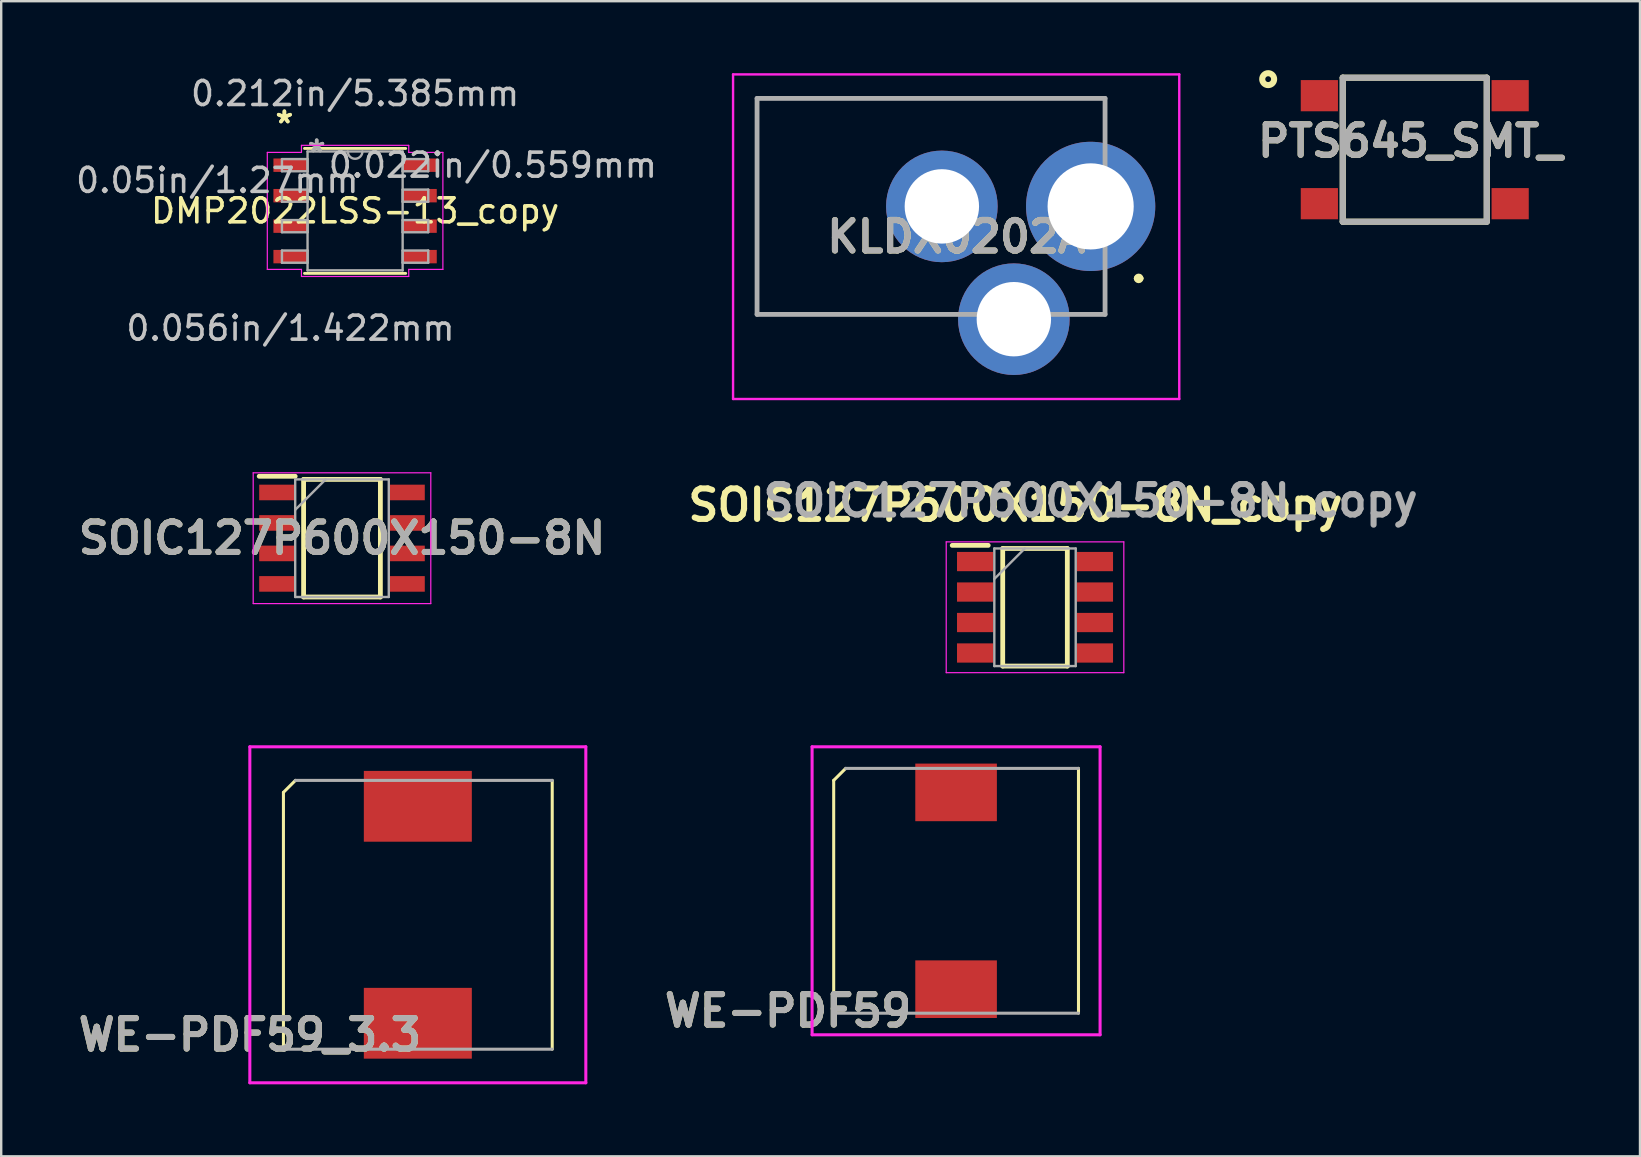
<source format=kicad_pcb>
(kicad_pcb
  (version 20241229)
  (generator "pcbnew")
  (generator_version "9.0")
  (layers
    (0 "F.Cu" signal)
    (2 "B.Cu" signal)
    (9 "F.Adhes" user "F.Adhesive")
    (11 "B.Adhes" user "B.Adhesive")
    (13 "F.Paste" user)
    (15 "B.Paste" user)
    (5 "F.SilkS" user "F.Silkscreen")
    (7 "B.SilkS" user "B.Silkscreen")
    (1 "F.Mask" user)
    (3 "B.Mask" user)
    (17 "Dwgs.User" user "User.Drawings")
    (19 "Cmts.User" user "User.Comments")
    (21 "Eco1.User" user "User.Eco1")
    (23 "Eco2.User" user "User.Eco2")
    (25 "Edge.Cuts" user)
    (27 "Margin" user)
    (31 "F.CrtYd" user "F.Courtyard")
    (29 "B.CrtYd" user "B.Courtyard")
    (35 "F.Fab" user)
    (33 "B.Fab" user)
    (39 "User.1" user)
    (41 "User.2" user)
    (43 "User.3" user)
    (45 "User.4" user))
  (footprint "SOIC127P600X150-8N_copy"
    (layer "F.Cu")
    (at 40.077 22.254)
    (property "Reference" "SOIC127P600X150-8N_copy" (at -0.815 -4.257 0) (layer "F.SilkS") (effects (font (size 1.27 1.27) (thickness 0.254))))
    (attr smd)
    (fp_line (start -3.45 -2.58) (end -1.95 -2.58) (stroke (width 0.2) (type solid)) (layer "F.SilkS"))
    (fp_line (start -1.346 -2.45) (end 1.346 -2.45) (stroke (width 0.2) (type solid)) (layer "F.SilkS"))
    (fp_line (start -1.346 2.45) (end -1.346 -2.45) (stroke (width 0.2) (type solid)) (layer "F.SilkS"))
    (fp_line (start 1.346 -2.45) (end 1.346 2.45) (stroke (width 0.2) (type solid)) (layer "F.SilkS"))
    (fp_line (start 1.346 2.45) (end -1.346 2.45) (stroke (width 0.2) (type solid)) (layer "F.SilkS"))
    (fp_line (start -3.7 -2.725) (end 3.7 -2.725) (stroke (width 0.05) (type solid)) (layer "F.CrtYd"))
    (fp_line (start -3.7 2.725) (end -3.7 -2.725) (stroke (width 0.05) (type solid)) (layer "F.CrtYd"))
    (fp_line (start 3.7 -2.725) (end 3.7 2.725) (stroke (width 0.05) (type solid)) (layer "F.CrtYd"))
    (fp_line (start 3.7 2.725) (end -3.7 2.725) (stroke (width 0.05) (type solid)) (layer "F.CrtYd"))
    (fp_line (start -1.696 -2.45) (end 1.696 -2.45) (stroke (width 0.1) (type solid)) (layer "F.Fab"))
    (fp_line (start -1.696 -1.18) (end -0.426 -2.45) (stroke (width 0.1) (type solid)) (layer "F.Fab"))
    (fp_line (start -1.696 2.45) (end -1.696 -2.45) (stroke (width 0.1) (type solid)) (layer "F.Fab"))
    (fp_line (start 1.696 -2.45) (end 1.696 2.45) (stroke (width 0.1) (type solid)) (layer "F.Fab"))
    (fp_line (start 1.696 2.45) (end -1.696 2.45) (stroke (width 0.1) (type solid)) (layer "F.Fab"))
    (fp_text user "${REFERENCE}" (at 2.314 -4.44 0) (layer "F.Fab") (effects (font (size 1.27 1.27) (thickness 0.254))))
    (pad "1" smd rect (at -2.498 -1.905 90) (size 0.802 1.505) (layers "F.Cu" "F.Mask" "F.Paste"))
    (pad "2" smd rect (at -2.498 -0.635 90) (size 0.802 1.505) (layers "F.Cu" "F.Mask" "F.Paste"))
    (pad "3" smd rect (at -2.498 0.635 90) (size 0.802 1.505) (layers "F.Cu" "F.Mask" "F.Paste"))
    (pad "4" smd rect (at -2.498 1.905 90) (size 0.802 1.505) (layers "F.Cu" "F.Mask" "F.Paste"))
    (pad "5" smd rect (at 2.498 1.905 90) (size 0.802 1.505) (layers "F.Cu" "F.Mask" "F.Paste"))
    (pad "6" smd rect (at 2.498 0.635 90) (size 0.802 1.505) (layers "F.Cu" "F.Mask" "F.Paste"))
    (pad "7" smd rect (at 2.498 -0.635 90) (size 0.802 1.505) (layers "F.Cu" "F.Mask" "F.Paste"))
    (pad "8" smd rect (at 2.498 -1.905 90) (size 0.802 1.505) (layers "F.Cu" "F.Mask" "F.Paste")))
  (footprint "WE-PDF59"
    (layer "F.Cu")
    (at 36.788 34.067)
    (property "Reference" "WE-PDF59" (at -7 5 0) (layer "F.SilkS") (effects (font (size 1.27 1.27) (thickness 0.254))))
    (attr smd)
    (fp_line (start -5.1 -4.6) (end -5.1 5.1) (stroke (width 0.127) (type solid)) (layer "F.SilkS"))
    (fp_line (start -5.1 -4.6) (end -4.6 -5.1) (stroke (width 0.127) (type solid)) (layer "F.SilkS"))
    (fp_line (start 5.1 -5.1) (end 5.1 5.1) (stroke (width 0.127) (type solid)) (layer "F.SilkS"))
    (fp_line (start -6 -6) (end -6 6) (stroke (width 0.127) (type solid)) (layer "F.CrtYd"))
    (fp_line (start -6 6) (end 6 6) (stroke (width 0.127) (type solid)) (layer "F.CrtYd"))
    (fp_line (start 6 -6) (end -6 -6) (stroke (width 0.127) (type solid)) (layer "F.CrtYd"))
    (fp_line (start 6 6) (end 6 -6) (stroke (width 0.127) (type solid)) (layer "F.CrtYd"))
    (fp_line (start -5.1 5.1) (end 5.1 5.1) (stroke (width 0.127) (type solid)) (layer "F.Fab"))
    (fp_line (start -4.6 -5.1) (end 5.1 -5.1) (stroke (width 0.127) (type solid)) (layer "F.Fab"))
    (fp_text user "${REFERENCE}" (at -7 5 0) (layer "F.Fab") (effects (font (size 1.27 1.27) (thickness 0.254))))
    (pad "1" smd rect (at 0 -4.1 90) (size 2.4 3.4) (layers "F.Cu" "F.Mask" "F.Paste"))
    (pad "2" smd rect (at 0 4.1 90) (size 2.4 3.4) (layers "F.Cu" "F.Mask" "F.Paste")))
  (footprint "WE-PDF59_3.3"
    (layer "F.Cu")
    (at 14.36 35.067)
    (property "Reference" "WE-PDF59_3.3" (at -7 5 0) (layer "F.SilkS") (effects (font (size 1.27 1.27) (thickness 0.254))))
    (attr smd)
    (fp_line (start -5.6 -5.1) (end -5.6 5.6) (stroke (width 0.127) (type solid)) (layer "F.SilkS"))
    (fp_line (start -5.6 -5.1) (end -5.1 -5.6) (stroke (width 0.127) (type solid)) (layer "F.SilkS"))
    (fp_line (start 5.6 -5.6) (end 5.6 5.6) (stroke (width 0.127) (type solid)) (layer "F.SilkS"))
    (fp_line (start -7 -7) (end -7 7) (stroke (width 0.127) (type solid)) (layer "F.CrtYd"))
    (fp_line (start -7 7) (end 7 7) (stroke (width 0.127) (type solid)) (layer "F.CrtYd"))
    (fp_line (start 7 -7) (end -7 -7) (stroke (width 0.127) (type solid)) (layer "F.CrtYd"))
    (fp_line (start 7 7) (end 7 -7) (stroke (width 0.127) (type solid)) (layer "F.CrtYd"))
    (fp_line (start -5.6 5.6) (end 5.6 5.6) (stroke (width 0.127) (type solid)) (layer "F.Fab"))
    (fp_line (start -5.1 -5.6) (end 5.6 -5.6) (stroke (width 0.127) (type solid)) (layer "F.Fab"))
    (fp_text user "${REFERENCE}" (at -7 5 0) (layer "F.Fab") (effects (font (size 1.27 1.27) (thickness 0.254))))
    (pad "1" smd rect (at 0 -4.52) (size 4.5 2.95) (layers "F.Cu" "F.Mask" "F.Paste"))
    (pad "2" smd rect (at 0 4.52) (size 4.5 2.95) (layers "F.Cu" "F.Mask" "F.Paste")))
  (footprint "PTS645_SMT_"
    (layer "F.Cu")
    (at 55.9 3.187)
    (property "Reference" "PTS645_SMT_" (at -0.189 -0.362 0) (layer "F.SilkS") (effects (font (size 1.27 1.27) (thickness 0.254))))
    (attr smd)
    (fp_line (start -3 -3) (end -3 3) (stroke (width 0.254) (type solid)) (layer "F.SilkS"))
    (fp_line (start -3 3) (end 3 3) (stroke (width 0.254) (type solid)) (layer "F.SilkS"))
    (fp_line (start 3 -3) (end -3 -3) (stroke (width 0.254) (type solid)) (layer "F.SilkS"))
    (fp_line (start 3 3) (end 3 -3) (stroke (width 0.254) (type solid)) (layer "F.SilkS"))
    (fp_circle (center -6.108 -2.939) (end -6.108 -2.818) (stroke (width 0.254) (type solid)) (fill no) (layer "F.SilkS"))
    (fp_line (start -3 -3) (end 3 -3) (stroke (width 0.254) (type solid)) (layer "F.Fab"))
    (fp_line (start -3 3) (end -3 -3) (stroke (width 0.254) (type solid)) (layer "F.Fab"))
    (fp_line (start 3 -3) (end 3 3) (stroke (width 0.254) (type solid)) (layer "F.Fab"))
    (fp_line (start 3 3) (end -3 3) (stroke (width 0.254) (type solid)) (layer "F.Fab"))
    (fp_text user "${REFERENCE}" (at -0.189 -0.362 0) (layer "F.Fab") (effects (font (size 1.27 1.27) (thickness 0.254))))
    (pad "1" smd rect (at -3.975 -2.25 90) (size 1.3 1.55) (layers "F.Cu" "F.Mask" "F.Paste"))
    (pad "2" smd rect (at -3.975 2.25 90) (size 1.3 1.55) (layers "F.Cu" "F.Mask" "F.Paste"))
    (pad "3" smd rect (at 3.975 2.25 90) (size 1.3 1.55) (layers "F.Cu" "F.Mask" "F.Paste"))
    (pad "4" smd rect (at 3.975 -2.25 90) (size 1.3 1.55) (layers "F.Cu" "F.Mask" "F.Paste")))
  (footprint "KLDX0202A"
    (layer "F.Cu")
    (at 42.395 5.55)
    (property "Reference" "KLDX0202A" (at -5.604 1.263 0) (layer "F.SilkS") (effects (font (size 1.27 1.27) (thickness 0.254))))
    (attr through_hole)
    (fp_line (start -13.9 -4.5) (end -13.9 4.5) (stroke (width 0.1) (type solid)) (layer "F.SilkS"))
    (fp_line (start -13.9 4.5) (end -5.7 4.5) (stroke (width 0.1) (type solid)) (layer "F.SilkS"))
    (fp_line (start 0.6 -4.5) (end -13.9 -4.5) (stroke (width 0.1) (type solid)) (layer "F.SilkS"))
    (fp_line (start 0.6 -3) (end 0.6 -4.5) (stroke (width 0.1) (type solid)) (layer "F.SilkS"))
    (fp_line (start 0.6 3) (end 0.6 4.5) (stroke (width 0.1) (type solid)) (layer "F.SilkS"))
    (fp_line (start 0.6 4.5) (end -0.6 4.5) (stroke (width 0.1) (type solid)) (layer "F.SilkS"))
    (fp_line (start 1.9 3) (end 1.9 3) (stroke (width 0.2) (type solid)) (layer "F.SilkS"))
    (fp_line (start 2.1 3) (end 2.1 3) (stroke (width 0.2) (type solid)) (layer "F.SilkS"))
    (fp_arc (start 1.9 3) (mid 2 2.9) (end 2.1 3) (stroke (width 0.2) (type solid)) (layer "F.SilkS"))
    (fp_arc (start 2.1 3) (mid 2 3.1) (end 1.9 3) (stroke (width 0.2) (type solid)) (layer "F.SilkS"))
    (fp_line (start -14.9 -5.5) (end 3.692 -5.5) (stroke (width 0.1) (type solid)) (layer "F.CrtYd"))
    (fp_line (start -14.9 8.025) (end -14.9 -5.5) (stroke (width 0.1) (type solid)) (layer "F.CrtYd"))
    (fp_line (start 3.692 -5.5) (end 3.692 8.025) (stroke (width 0.1) (type solid)) (layer "F.CrtYd"))
    (fp_line (start 3.692 8.025) (end -14.9 8.025) (stroke (width 0.1) (type solid)) (layer "F.CrtYd"))
    (fp_line (start -13.9 -4.5) (end 0.6 -4.5) (stroke (width 0.2) (type solid)) (layer "F.Fab"))
    (fp_line (start -13.9 4.5) (end -13.9 -4.5) (stroke (width 0.2) (type solid)) (layer "F.Fab"))
    (fp_line (start 0.6 -4.5) (end 0.6 4.5) (stroke (width 0.2) (type solid)) (layer "F.Fab"))
    (fp_line (start 0.6 4.5) (end -13.9 4.5) (stroke (width 0.2) (type solid)) (layer "F.Fab"))
    (fp_text user "${REFERENCE}" (at -5.604 1.263 0) (layer "F.Fab") (effects (font (size 1.27 1.27) (thickness 0.254))))
    (pad "1" thru_hole circle (at 0 0) (size 5.385 5.385) (drill 3.59) (layers "*.Cu" "*.Mask"))
    (pad "2" thru_hole circle (at -6.2 0) (size 4.65 4.65) (drill 3.1) (layers "*.Cu" "*.Mask"))
    (pad "3" thru_hole circle (at -3.2 4.7) (size 4.65 4.65) (drill 3.1) (layers "*.Cu" "*.Mask")))
  (footprint "SOIC127P600X150-8N"
    (layer "F.Cu")
    (at 11.2 19.375)
    (property "Reference" "SOIC127P600X150-8N" (at 0 0 0) (layer "F.SilkS") (effects (font (size 1.27 1.27) (thickness 0.254))))
    (attr smd)
    (fp_line (start -3.45 -2.58) (end -1.95 -2.58) (stroke (width 0.2) (type solid)) (layer "F.SilkS"))
    (fp_line (start -1.6 -2.45) (end 1.6 -2.45) (stroke (width 0.2) (type solid)) (layer "F.SilkS"))
    (fp_line (start -1.6 2.45) (end -1.6 -2.45) (stroke (width 0.2) (type solid)) (layer "F.SilkS"))
    (fp_line (start 1.6 -2.45) (end 1.6 2.45) (stroke (width 0.2) (type solid)) (layer "F.SilkS"))
    (fp_line (start 1.6 2.45) (end -1.6 2.45) (stroke (width 0.2) (type solid)) (layer "F.SilkS"))
    (fp_line (start -3.7 -2.725) (end 3.7 -2.725) (stroke (width 0.05) (type solid)) (layer "F.CrtYd"))
    (fp_line (start -3.7 2.725) (end -3.7 -2.725) (stroke (width 0.05) (type solid)) (layer "F.CrtYd"))
    (fp_line (start 3.7 -2.725) (end 3.7 2.725) (stroke (width 0.05) (type solid)) (layer "F.CrtYd"))
    (fp_line (start 3.7 2.725) (end -3.7 2.725) (stroke (width 0.05) (type solid)) (layer "F.CrtYd"))
    (fp_line (start -1.95 -2.45) (end 1.95 -2.45) (stroke (width 0.1) (type solid)) (layer "F.Fab"))
    (fp_line (start -1.95 -1.18) (end -0.68 -2.45) (stroke (width 0.1) (type solid)) (layer "F.Fab"))
    (fp_line (start -1.95 2.45) (end -1.95 -2.45) (stroke (width 0.1) (type solid)) (layer "F.Fab"))
    (fp_line (start 1.95 -2.45) (end 1.95 2.45) (stroke (width 0.1) (type solid)) (layer "F.Fab"))
    (fp_line (start 1.95 2.45) (end -1.95 2.45) (stroke (width 0.1) (type solid)) (layer "F.Fab"))
    (fp_text user "${REFERENCE}" (at 0 0 0) (layer "F.Fab") (effects (font (size 1.27 1.27) (thickness 0.254))))
    (pad "1" smd rect (at -2.7 -1.905 90) (size 0.65 1.5) (layers "F.Cu" "F.Mask" "F.Paste"))
    (pad "2" smd rect (at -2.7 -0.635 90) (size 0.65 1.5) (layers "F.Cu" "F.Mask" "F.Paste"))
    (pad "3" smd rect (at -2.7 0.635 90) (size 0.65 1.5) (layers "F.Cu" "F.Mask" "F.Paste"))
    (pad "4" smd rect (at -2.7 1.905 90) (size 0.65 1.5) (layers "F.Cu" "F.Mask" "F.Paste"))
    (pad "5" smd rect (at 2.7 1.905 90) (size 0.65 1.5) (layers "F.Cu" "F.Mask" "F.Paste"))
    (pad "6" smd rect (at 2.7 0.635 90) (size 0.65 1.5) (layers "F.Cu" "F.Mask" "F.Paste"))
    (pad "7" smd rect (at 2.7 -0.635 90) (size 0.65 1.5) (layers "F.Cu" "F.Mask" "F.Paste"))
    (pad "8" smd rect (at 2.7 -1.905 90) (size 0.65 1.5) (layers "F.Cu" "F.Mask" "F.Paste")))
  (footprint "DMP2022LSS-13_copy"
    (layer "F.Cu")
    (at 11.746 5.738)
    (property "Reference" "DMP2022LSS-13_copy" (at 0 0 0) (layer "F.SilkS") (effects (font (size 1 1) (thickness 0.15))))
    (attr through_hole)
    (fp_line (start -2.108 2.603) (end 2.108 2.603) (stroke (width 0.12) (type solid)) (layer "F.SilkS"))
    (fp_line (start 2.108 -2.603) (end -2.108 -2.603) (stroke (width 0.12) (type solid)) (layer "F.SilkS"))
    (fp_line (start -3.658 -2.438) (end -2.235 -2.438) (stroke (width 0.05) (type solid)) (layer "F.CrtYd"))
    (fp_line (start -3.658 2.438) (end -3.658 -2.438) (stroke (width 0.05) (type solid)) (layer "F.CrtYd"))
    (fp_line (start -2.235 -2.731) (end 2.235 -2.731) (stroke (width 0.05) (type solid)) (layer "F.CrtYd"))
    (fp_line (start -2.235 -2.438) (end -2.235 -2.731) (stroke (width 0.05) (type solid)) (layer "F.CrtYd"))
    (fp_line (start -2.235 2.438) (end -3.658 2.438) (stroke (width 0.05) (type solid)) (layer "F.CrtYd"))
    (fp_line (start -2.235 2.731) (end -2.235 2.438) (stroke (width 0.05) (type solid)) (layer "F.CrtYd"))
    (fp_line (start 2.235 -2.731) (end 2.235 -2.438) (stroke (width 0.05) (type solid)) (layer "F.CrtYd"))
    (fp_line (start 2.235 -2.438) (end 3.658 -2.438) (stroke (width 0.05) (type solid)) (layer "F.CrtYd"))
    (fp_line (start 2.235 2.438) (end 2.235 2.731) (stroke (width 0.05) (type solid)) (layer "F.CrtYd"))
    (fp_line (start 2.235 2.731) (end -2.235 2.731) (stroke (width 0.05) (type solid)) (layer "F.CrtYd"))
    (fp_line (start 3.658 -2.438) (end 3.658 2.438) (stroke (width 0.05) (type solid)) (layer "F.CrtYd"))
    (fp_line (start 3.658 2.438) (end 2.235 2.438) (stroke (width 0.05) (type solid)) (layer "F.CrtYd"))
    (fp_line (start -3.048 -2.159) (end -3.048 -1.651) (stroke (width 0.1) (type solid)) (layer "F.Fab"))
    (fp_line (start -3.048 -1.651) (end -1.981 -1.651) (stroke (width 0.1) (type solid)) (layer "F.Fab"))
    (fp_line (start -3.048 -0.889) (end -3.048 -0.381) (stroke (width 0.1) (type solid)) (layer "F.Fab"))
    (fp_line (start -3.048 -0.381) (end -1.981 -0.381) (stroke (width 0.1) (type solid)) (layer "F.Fab"))
    (fp_line (start -3.048 0.381) (end -3.048 0.889) (stroke (width 0.1) (type solid)) (layer "F.Fab"))
    (fp_line (start -3.048 0.889) (end -1.981 0.889) (stroke (width 0.1) (type solid)) (layer "F.Fab"))
    (fp_line (start -3.048 1.651) (end -3.048 2.159) (stroke (width 0.1) (type solid)) (layer "F.Fab"))
    (fp_line (start -3.048 2.159) (end -1.981 2.159) (stroke (width 0.1) (type solid)) (layer "F.Fab"))
    (fp_line (start -1.981 -2.477) (end -1.981 2.477) (stroke (width 0.1) (type solid)) (layer "F.Fab"))
    (fp_line (start -1.981 -2.159) (end -3.048 -2.159) (stroke (width 0.1) (type solid)) (layer "F.Fab"))
    (fp_line (start -1.981 -1.651) (end -1.981 -2.159) (stroke (width 0.1) (type solid)) (layer "F.Fab"))
    (fp_line (start -1.981 -0.889) (end -3.048 -0.889) (stroke (width 0.1) (type solid)) (layer "F.Fab"))
    (fp_line (start -1.981 -0.381) (end -1.981 -0.889) (stroke (width 0.1) (type solid)) (layer "F.Fab"))
    (fp_line (start -1.981 0.381) (end -3.048 0.381) (stroke (width 0.1) (type solid)) (layer "F.Fab"))
    (fp_line (start -1.981 0.889) (end -1.981 0.381) (stroke (width 0.1) (type solid)) (layer "F.Fab"))
    (fp_line (start -1.981 1.651) (end -3.048 1.651) (stroke (width 0.1) (type solid)) (layer "F.Fab"))
    (fp_line (start -1.981 2.159) (end -1.981 1.651) (stroke (width 0.1) (type solid)) (layer "F.Fab"))
    (fp_line (start -1.981 2.477) (end 1.981 2.477) (stroke (width 0.1) (type solid)) (layer "F.Fab"))
    (fp_line (start 1.981 -2.477) (end -1.981 -2.477) (stroke (width 0.1) (type solid)) (layer "F.Fab"))
    (fp_line (start 1.981 -2.159) (end 1.981 -1.651) (stroke (width 0.1) (type solid)) (layer "F.Fab"))
    (fp_line (start 1.981 -1.651) (end 3.048 -1.651) (stroke (width 0.1) (type solid)) (layer "F.Fab"))
    (fp_line (start 1.981 -0.889) (end 1.981 -0.381) (stroke (width 0.1) (type solid)) (layer "F.Fab"))
    (fp_line (start 1.981 -0.381) (end 3.048 -0.381) (stroke (width 0.1) (type solid)) (layer "F.Fab"))
    (fp_line (start 1.981 0.381) (end 1.981 0.889) (stroke (width 0.1) (type solid)) (layer "F.Fab"))
    (fp_line (start 1.981 0.889) (end 3.048 0.889) (stroke (width 0.1) (type solid)) (layer "F.Fab"))
    (fp_line (start 1.981 1.651) (end 1.981 2.159) (stroke (width 0.1) (type solid)) (layer "F.Fab"))
    (fp_line (start 1.981 2.159) (end 3.048 2.159) (stroke (width 0.1) (type solid)) (layer "F.Fab"))
    (fp_line (start 1.981 2.477) (end 1.981 -2.477) (stroke (width 0.1) (type solid)) (layer "F.Fab"))
    (fp_line (start 3.048 -2.159) (end 1.981 -2.159) (stroke (width 0.1) (type solid)) (layer "F.Fab"))
    (fp_line (start 3.048 -1.651) (end 3.048 -2.159) (stroke (width 0.1) (type solid)) (layer "F.Fab"))
    (fp_line (start 3.048 -0.889) (end 1.981 -0.889) (stroke (width 0.1) (type solid)) (layer "F.Fab"))
    (fp_line (start 3.048 -0.381) (end 3.048 -0.889) (stroke (width 0.1) (type solid)) (layer "F.Fab"))
    (fp_line (start 3.048 0.381) (end 1.981 0.381) (stroke (width 0.1) (type solid)) (layer "F.Fab"))
    (fp_line (start 3.048 0.889) (end 3.048 0.381) (stroke (width 0.1) (type solid)) (layer "F.Fab"))
    (fp_line (start 3.048 1.651) (end 1.981 1.651) (stroke (width 0.1) (type solid)) (layer "F.Fab"))
    (fp_line (start 3.048 2.159) (end 3.048 1.651) (stroke (width 0.1) (type solid)) (layer "F.Fab"))
    (fp_arc (start 0.3048 -2.4765) (mid 0 -2.1717) (end -0.3048 -2.4765) (stroke (width 0.1) (type solid)) (layer "F.Fab"))
    (fp_text user "*" (at -2.946 -3.607 0) (layer "F.SilkS") (effects (font (size 1 1) (thickness 0.15))))
    (fp_text user "*" (at -2.946 -3.607 0) (layer "F.SilkS") (effects (font (size 1 1) (thickness 0.15))))
    (fp_text user "0.022in/0.559mm" (at 5.74 -1.905 0) (layer "Dwgs.User") (effects (font (size 1 1) (thickness 0.15))))
    (fp_text user "0.212in/5.385mm" (at 0 -4.889 0) (layer "Dwgs.User") (effects (font (size 1 1) (thickness 0.15))))
    (fp_text user "0.056in/1.422mm" (at -2.692 4.889 0) (layer "Dwgs.User") (effects (font (size 1 1) (thickness 0.15))))
    (fp_text user "0.05in/1.27mm" (at -5.74 -1.27 0) (layer "Dwgs.User") (effects (font (size 1 1) (thickness 0.15))))
    (fp_text user "Copyright 2021 Accelerated Designs. All rights reserved." (at 0 0 0) (layer "Cmts.User") (effects (font (size 0.127 0.127) (thickness 0.002))))
    (fp_text user "*" (at -1.6 -2.4 0) (layer "F.Fab") (effects (font (size 1 1) (thickness 0.15))))
    (fp_text user "*" (at -1.6 -2.4 0) (layer "F.Fab") (effects (font (size 1 1) (thickness 0.15))))
    (pad "1" smd rect (at -2.692 -1.905) (size 1.422 0.559) (layers "F.Cu" "F.Mask" "F.Paste"))
    (pad "2" smd rect (at -2.692 -0.635) (size 1.422 0.559) (layers "F.Cu" "F.Mask" "F.Paste"))
    (pad "3" smd rect (at -2.692 0.635) (size 1.422 0.559) (layers "F.Cu" "F.Mask" "F.Paste"))
    (pad "4" smd rect (at -2.692 1.905) (size 1.422 0.559) (layers "F.Cu" "F.Mask" "F.Paste"))
    (pad "5" smd rect (at 2.692 1.905) (size 1.422 0.559) (layers "F.Cu" "F.Mask" "F.Paste"))
    (pad "6" smd rect (at 2.692 0.635) (size 1.422 0.559) (layers "F.Cu" "F.Mask" "F.Paste"))
    (pad "7" smd rect (at 2.692 -0.635) (size 1.422 0.559) (layers "F.Cu" "F.Mask" "F.Paste"))
    (pad "8" smd rect (at 2.692 -1.905) (size 1.422 0.559) (layers "F.Cu" "F.Mask" "F.Paste")))
  (gr_rect
    (start -3 -3)
    (end 65.285 45.131)
    (stroke (width 0.1) (type default))
    (fill no)
    (layer "Edge.Cuts")))
</source>
